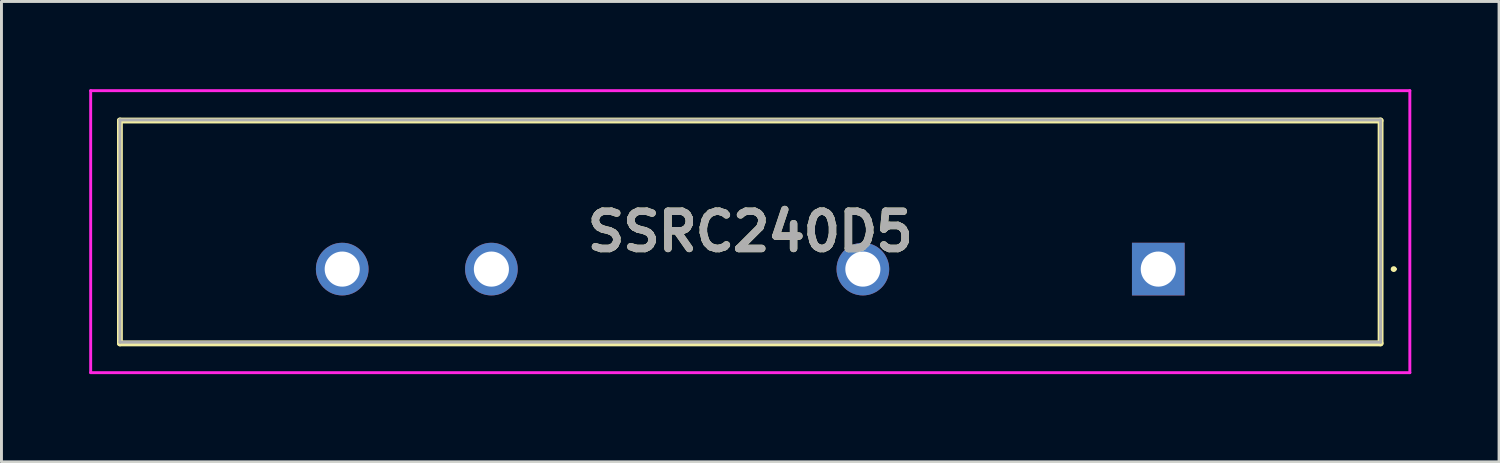
<source format=kicad_pcb>
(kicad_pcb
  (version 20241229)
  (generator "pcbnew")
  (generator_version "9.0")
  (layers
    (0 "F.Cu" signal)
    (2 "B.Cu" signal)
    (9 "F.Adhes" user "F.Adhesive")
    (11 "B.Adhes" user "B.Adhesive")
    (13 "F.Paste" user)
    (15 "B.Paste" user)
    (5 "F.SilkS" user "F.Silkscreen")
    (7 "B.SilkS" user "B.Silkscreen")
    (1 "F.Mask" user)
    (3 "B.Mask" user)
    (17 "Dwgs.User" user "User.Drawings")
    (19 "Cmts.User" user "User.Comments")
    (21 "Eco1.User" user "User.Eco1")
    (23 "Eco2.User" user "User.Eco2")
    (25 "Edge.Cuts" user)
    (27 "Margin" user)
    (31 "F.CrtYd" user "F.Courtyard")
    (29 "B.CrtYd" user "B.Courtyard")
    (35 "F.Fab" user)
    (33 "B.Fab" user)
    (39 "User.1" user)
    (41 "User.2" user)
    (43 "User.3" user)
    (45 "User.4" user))
  (footprint "SSRC240D5"
    (layer "F.Cu")
    (at 36.55 6.15)
    (property "Reference" "SSRC240D5" (at -13.95 -1.28 0) (layer "F.SilkS") (effects (font (size 1.27 1.27) (thickness 0.254))))
    (attr through_hole)
    (fp_line (start -35.5 -5.08) (end -35.5 2.54) (stroke (width 0.2) (type solid)) (layer "F.SilkS"))
    (fp_line (start -35.5 2.54) (end 7.6 2.54) (stroke (width 0.2) (type solid)) (layer "F.SilkS"))
    (fp_line (start 7.6 -5.08) (end -35.5 -5.08) (stroke (width 0.2) (type solid)) (layer "F.SilkS"))
    (fp_line (start 7.6 2.54) (end 7.6 -5.08) (stroke (width 0.2) (type solid)) (layer "F.SilkS"))
    (fp_line (start 8 0) (end 8 0) (stroke (width 0.1) (type solid)) (layer "F.SilkS"))
    (fp_line (start 8.1 0) (end 8.1 0) (stroke (width 0.1) (type solid)) (layer "F.SilkS"))
    (fp_arc (start 8 0) (mid 8.05 -0.05) (end 8.1 0) (stroke (width 0.1) (type solid)) (layer "F.SilkS"))
    (fp_arc (start 8.1 0) (mid 8.05 0.05) (end 8 0) (stroke (width 0.1) (type solid)) (layer "F.SilkS"))
    (fp_line (start -36.5 -6.1) (end -36.5 3.54) (stroke (width 0.1) (type solid)) (layer "F.CrtYd"))
    (fp_line (start -36.5 3.54) (end 8.6 3.54) (stroke (width 0.1) (type solid)) (layer "F.CrtYd"))
    (fp_line (start 8.6 -6.1) (end -36.5 -6.1) (stroke (width 0.1) (type solid)) (layer "F.CrtYd"))
    (fp_line (start 8.6 3.54) (end 8.6 -6.1) (stroke (width 0.1) (type solid)) (layer "F.CrtYd"))
    (fp_line (start -35.5 -5.1) (end -35.5 2.5) (stroke (width 0.1) (type solid)) (layer "F.Fab"))
    (fp_line (start -35.5 2.5) (end 7.6 2.5) (stroke (width 0.1) (type solid)) (layer "F.Fab"))
    (fp_line (start 7.6 -5.1) (end -35.5 -5.1) (stroke (width 0.1) (type solid)) (layer "F.Fab"))
    (fp_line (start 7.6 2.5) (end 7.6 -5.1) (stroke (width 0.1) (type solid)) (layer "F.Fab"))
    (fp_text user "${REFERENCE}" (at -13.95 -1.28 0) (layer "F.Fab") (effects (font (size 1.27 1.27) (thickness 0.254))))
    (pad "1" thru_hole rect (at 0 0) (size 1.8 1.8) (drill 1.2) (layers "*.Cu" "*.Mask"))
    (pad "2" thru_hole circle (at -10.1 0) (size 1.8 1.8) (drill 1.2) (layers "*.Cu" "*.Mask"))
    (pad "3" thru_hole circle (at -22.8 0) (size 1.8 1.8) (drill 1.2) (layers "*.Cu" "*.Mask"))
    (pad "4" thru_hole circle (at -27.9 0) (size 1.8 1.8) (drill 1.2) (layers "*.Cu" "*.Mask")))
  (gr_rect
    (start -3 -3)
    (end 48.2 12.74)
    (stroke (width 0.1) (type default))
    (fill no)
    (layer "Edge.Cuts")))
</source>
